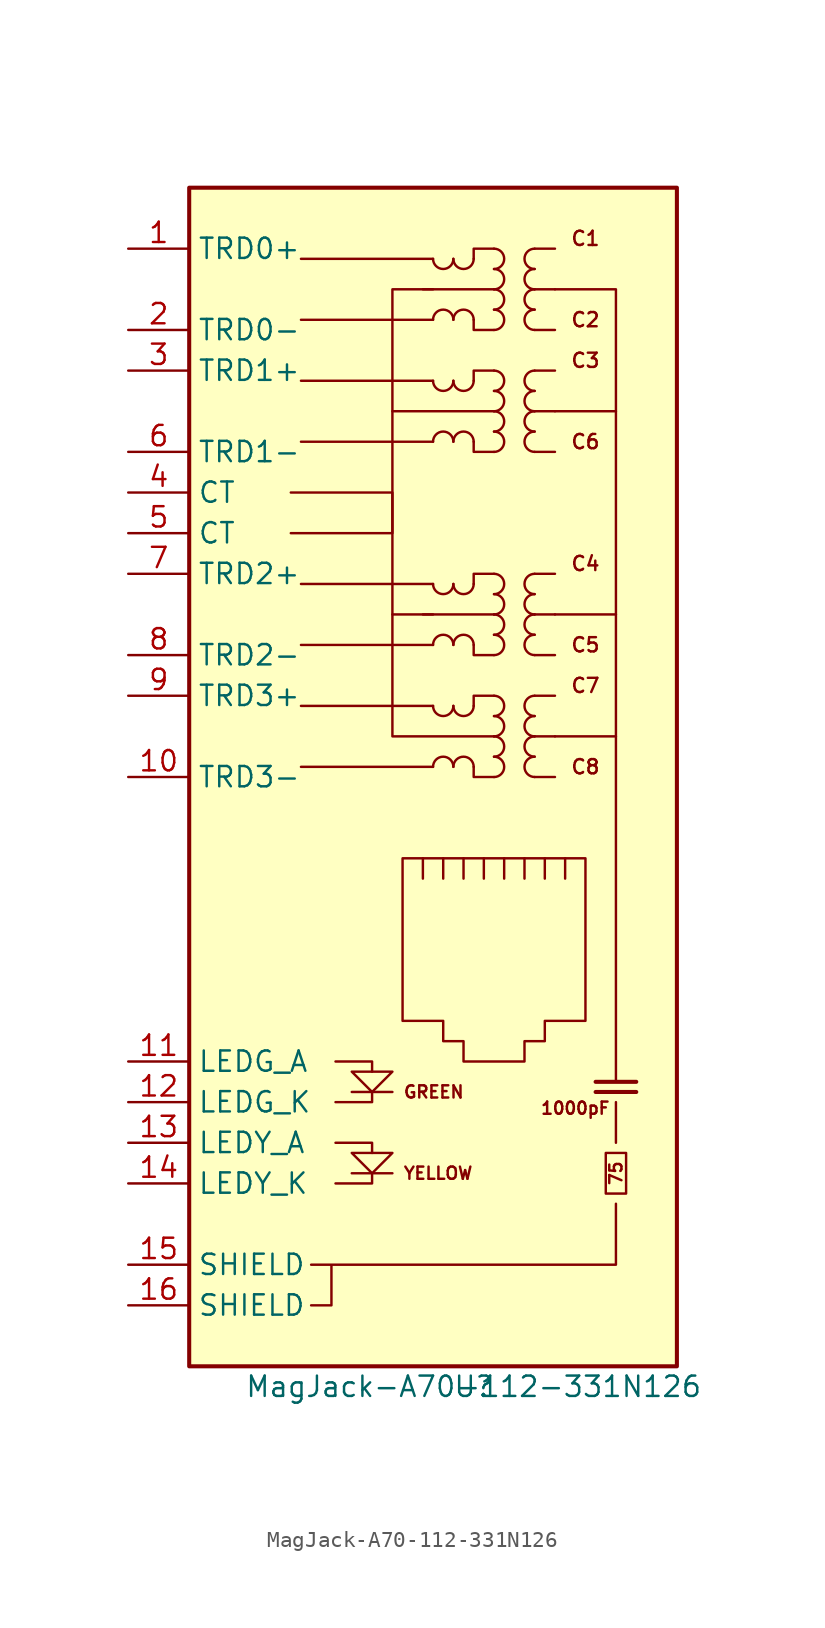
<source format=kicad_sym>
(kicad_symbol_lib
  (version 20220914)
  (generator kicad_symbol_editor)
  (symbol "MagJack-A70-112-331N126"
    (property "Reference" "U"
      (at 0 0 0)
      (effects (font (size 1.27 1.27))))
    (property "Value" "MagJack-A70-112-331N126"
      (at 0 0 0)
      (effects (font (size 1.27 1.27))))
    (symbol "MagJack-A70-112-331N126_0_1"
      (polyline (pts (xy 1.27 40.64) (xy -5.08 40.64) (xy -5.08 48.26) (xy -2.54 48.26) (xy -5.08 48.26)) (stroke (width 0) (type default)) (fill (type none)))
      (polyline (pts (xy 1.27 60.96) (xy -5.08 60.96) (xy -5.08 68.58) (xy -2.54 68.58) (xy -5.08 68.58)) (stroke (width 0) (type default)) (fill (type none))))
    (symbol "MagJack-A70-112-331N126_1_1"
      (rectangle (start -17.78 74.93) (end 12.7 1.27) (stroke (width 0.254) (type default)) (fill (type background)))
      (arc (start -2.54 42.545) (mid -1.905 41.9127) (end -1.27 42.545) (stroke (width 0) (type default)) (fill (type none)))
      (arc (start -2.54 50.165) (mid -1.905 49.5327) (end -1.27 50.165) (stroke (width 0) (type default)) (fill (type none)))
      (arc (start -2.54 62.865) (mid -1.905 62.2327) (end -1.27 62.865) (stroke (width 0) (type default)) (fill (type none)))
      (arc (start -2.54 70.485) (mid -1.905 69.8527) (end -1.27 70.485) (stroke (width 0) (type default)) (fill (type none)))
      (arc (start -1.27 38.735) (mid -1.905 39.3673) (end -2.54 38.735) (stroke (width 0) (type default)) (fill (type none)))
      (arc (start -1.27 42.545) (mid -0.635 41.9127) (end 0 42.545) (stroke (width 0) (type default)) (fill (type none)))
      (arc (start -1.27 46.355) (mid -1.905 46.9873) (end -2.54 46.355) (stroke (width 0) (type default)) (fill (type none)))
      (arc (start -1.27 50.165) (mid -0.635 49.5327) (end 0 50.165) (stroke (width 0) (type default)) (fill (type none)))
      (arc (start -1.27 59.055) (mid -1.905 59.6873) (end -2.54 59.055) (stroke (width 0) (type default)) (fill (type none)))
      (arc (start -1.27 62.865) (mid -0.635 62.2327) (end 0 62.865) (stroke (width 0) (type default)) (fill (type none)))
      (arc (start -1.27 66.675) (mid -1.905 67.3073) (end -2.54 66.675) (stroke (width 0) (type default)) (fill (type none)))
      (arc (start -1.27 70.485) (mid -0.635 69.8527) (end 0 70.485) (stroke (width 0) (type default)) (fill (type none)))
      (polyline (pts (xy -5.08 13.335) (xy -7.62 13.335)) (stroke (width 0) (type default)) (fill (type none)))
      (polyline (pts (xy -5.08 18.415) (xy -7.62 18.415)) (stroke (width 0) (type default)) (fill (type none)))
      (polyline (pts (xy -5.08 48.26) (xy -5.08 60.96)) (stroke (width 0) (type default)) (fill (type none)))
      (polyline (pts (xy -3.175 31.75) (xy -3.175 33.02)) (stroke (width 0) (type default)) (fill (type none)))
      (polyline (pts (xy -3.175 48.26) (xy 1.27 48.26)) (stroke (width 0) (type default)) (fill (type none)))
      (polyline (pts (xy -3.175 68.58) (xy 1.27 68.58)) (stroke (width 0) (type default)) (fill (type none)))
      (polyline (pts (xy -2.54 38.735) (xy -10.795 38.735)) (stroke (width 0) (type default)) (fill (type none)))
      (polyline (pts (xy -2.54 42.545) (xy -10.795 42.545)) (stroke (width 0) (type default)) (fill (type none)))
      (polyline (pts (xy -2.54 46.355) (xy -10.795 46.355)) (stroke (width 0) (type default)) (fill (type none)))
      (polyline (pts (xy -2.54 50.165) (xy -10.795 50.165)) (stroke (width 0) (type default)) (fill (type none)))
      (polyline (pts (xy -2.54 59.055) (xy -10.795 59.055)) (stroke (width 0) (type default)) (fill (type none)))
      (polyline (pts (xy -2.54 62.865) (xy -10.795 62.865)) (stroke (width 0) (type default)) (fill (type none)))
      (polyline (pts (xy -2.54 66.675) (xy -10.795 66.675)) (stroke (width 0) (type default)) (fill (type none)))
      (polyline (pts (xy -2.54 70.485) (xy -10.795 70.485)) (stroke (width 0) (type default)) (fill (type none)))
      (polyline (pts (xy -1.905 33.02) (xy -1.905 31.75)) (stroke (width 0) (type default)) (fill (type none)))
      (polyline (pts (xy -0.635 33.02) (xy -0.635 31.75)) (stroke (width 0) (type default)) (fill (type none)))
      (polyline (pts (xy 0.635 33.02) (xy 0.635 31.75)) (stroke (width 0) (type default)) (fill (type none)))
      (polyline (pts (xy 1.905 33.02) (xy 1.905 31.75)) (stroke (width 0) (type default)) (fill (type none)))
      (polyline (pts (xy 3.175 33.02) (xy 3.175 31.75)) (stroke (width 0) (type default)) (fill (type none)))
      (polyline (pts (xy 3.81 38.1) (xy 5.08 38.1)) (stroke (width 0) (type default)) (fill (type none)))
      (polyline (pts (xy 3.81 40.64) (xy 5.08 40.64)) (stroke (width 0) (type default)) (fill (type none)))
      (polyline (pts (xy 3.81 43.18) (xy 5.08 43.18)) (stroke (width 0) (type default)) (fill (type none)))
      (polyline (pts (xy 3.81 45.72) (xy 5.08 45.72)) (stroke (width 0) (type default)) (fill (type none)))
      (polyline (pts (xy 3.81 48.26) (xy 5.08 48.26)) (stroke (width 0) (type default)) (fill (type none)))
      (polyline (pts (xy 3.81 50.8) (xy 5.08 50.8)) (stroke (width 0) (type default)) (fill (type none)))
      (polyline (pts (xy 3.81 58.42) (xy 5.08 58.42)) (stroke (width 0) (type default)) (fill (type none)))
      (polyline (pts (xy 3.81 60.96) (xy 5.08 60.96)) (stroke (width 0) (type default)) (fill (type none)))
      (polyline (pts (xy 3.81 63.5) (xy 5.08 63.5)) (stroke (width 0) (type default)) (fill (type none)))
      (polyline (pts (xy 3.81 66.04) (xy 5.08 66.04)) (stroke (width 0) (type default)) (fill (type none)))
      (polyline (pts (xy 3.81 68.58) (xy 5.08 68.58)) (stroke (width 0) (type default)) (fill (type none)))
      (polyline (pts (xy 3.81 71.12) (xy 5.08 71.12)) (stroke (width 0) (type default)) (fill (type none)))
      (polyline (pts (xy 4.445 31.75) (xy 4.445 33.02)) (stroke (width 0) (type default)) (fill (type none)))
      (polyline (pts (xy 5.08 40.64) (xy 8.89 40.64)) (stroke (width 0) (type default)) (fill (type none)))
      (polyline (pts (xy 5.08 48.26) (xy 8.89 48.26)) (stroke (width 0) (type default)) (fill (type none)))
      (polyline (pts (xy 5.08 60.96) (xy 8.89 60.96)) (stroke (width 0) (type default)) (fill (type none)))
      (polyline (pts (xy 5.715 31.75) (xy 5.715 33.02)) (stroke (width 0) (type default)) (fill (type none)))
      (polyline (pts (xy 7.62 18.415) (xy 10.16 18.415)) (stroke (width 0.254) (type default)) (fill (type none)))
      (polyline (pts (xy 7.62 19.05) (xy 10.16 19.05)) (stroke (width 0.254) (type default)) (fill (type none)))
      (polyline (pts (xy 8.89 15.24) (xy 8.89 17.78)) (stroke (width 0) (type default)) (fill (type none)))
      (polyline (pts (xy -8.636 12.7) (xy -6.35 12.7) (xy -6.35 13.335)) (stroke (width 0) (type default)) (fill (type none)))
      (polyline (pts (xy -8.636 15.24) (xy -6.35 15.24) (xy -6.35 14.605)) (stroke (width 0) (type default)) (fill (type none)))
      (polyline (pts (xy -8.636 20.32) (xy -6.35 20.32) (xy -6.35 19.685)) (stroke (width 0) (type default)) (fill (type none)))
      (polyline (pts (xy -6.35 18.415) (xy -6.35 17.78) (xy -8.636 17.78)) (stroke (width 0) (type default)) (fill (type none)))
      (polyline (pts (xy 0 38.735) (xy 0 38.1) (xy 1.27 38.1)) (stroke (width 0) (type default)) (fill (type none)))
      (polyline (pts (xy 0 46.355) (xy 0 45.72) (xy 1.27 45.72)) (stroke (width 0) (type default)) (fill (type none)))
      (polyline (pts (xy 0 59.055) (xy 0 58.42) (xy 1.27 58.42)) (stroke (width 0) (type default)) (fill (type none)))
      (polyline (pts (xy 0 66.675) (xy 0 66.04) (xy 1.27 66.04)) (stroke (width 0) (type default)) (fill (type none)))
      (polyline (pts (xy 1.27 43.18) (xy 0 43.18) (xy 0 42.545)) (stroke (width 0) (type default)) (fill (type none)))
      (polyline (pts (xy 1.27 50.8) (xy 0 50.8) (xy 0 50.165)) (stroke (width 0) (type default)) (fill (type none)))
      (polyline (pts (xy 1.27 63.5) (xy 0 63.5) (xy 0 62.865)) (stroke (width 0) (type default)) (fill (type none)))
      (polyline (pts (xy 1.27 71.12) (xy 0 71.12) (xy 0 70.485)) (stroke (width 0) (type default)) (fill (type none)))
      (polyline (pts (xy -11.43 53.34) (xy -5.08 53.34) (xy -5.08 55.88) (xy -11.43 55.88)) (stroke (width 0) (type default)) (fill (type none)))
      (polyline (pts (xy -7.62 19.685) (xy -5.08 19.685) (xy -6.35 18.415) (xy -7.62 19.685)) (stroke (width 0) (type default)) (fill (type none)))
      (polyline (pts (xy -5.08 14.605) (xy -7.62 14.605) (xy -6.35 13.335) (xy -5.08 14.605)) (stroke (width 0) (type default)) (fill (type none)))
      (polyline (pts (xy 8.89 19.05) (xy 8.89 34.29) (xy 8.89 68.58) (xy 5.08 68.58)) (stroke (width 0) (type default)) (fill (type none)))
      (polyline (pts (xy -10.16 5.08) (xy -8.89 5.08) (xy -8.89 7.62) (xy -10.16 7.62) (xy -8.89 7.62) (xy 8.89 7.62) (xy 8.89 11.43)) (stroke (width 0) (type default)) (fill (type none)))
      (polyline (pts (xy -4.445 33.02) (xy 6.985 33.02) (xy 6.985 22.86) (xy 4.445 22.86) (xy 4.445 21.59) (xy 3.175 21.59) (xy 3.175 20.32) (xy -0.635 20.32) (xy -0.635 21.59) (xy -1.905 21.59) (xy -1.905 22.86) (xy -4.445 22.86) (xy -4.445 33.02)) (stroke (width 0) (type default)) (fill (type none)))
      (arc (start 0 38.735) (mid -0.635 39.3673) (end -1.27 38.735) (stroke (width 0) (type default)) (fill (type none)))
      (arc (start 0 46.355) (mid -0.635 46.9873) (end -1.27 46.355) (stroke (width 0) (type default)) (fill (type none)))
      (arc (start 0 59.055) (mid -0.635 59.6873) (end -1.27 59.055) (stroke (width 0) (type default)) (fill (type none)))
      (arc (start 0 66.675) (mid -0.635 67.3073) (end -1.27 66.675) (stroke (width 0) (type default)) (fill (type none)))
      (arc (start 1.27 38.1) (mid 1.9023 38.735) (end 1.27 39.37) (stroke (width 0) (type default)) (fill (type none)))
      (arc (start 1.27 39.37) (mid 1.9023 40.005) (end 1.27 40.64) (stroke (width 0) (type default)) (fill (type none)))
      (arc (start 1.27 40.64) (mid 1.9023 41.275) (end 1.27 41.91) (stroke (width 0) (type default)) (fill (type none)))
      (arc (start 1.27 41.91) (mid 1.9023 42.545) (end 1.27 43.18) (stroke (width 0) (type default)) (fill (type none)))
      (arc (start 1.27 45.72) (mid 1.9023 46.355) (end 1.27 46.99) (stroke (width 0) (type default)) (fill (type none)))
      (arc (start 1.27 46.99) (mid 1.9023 47.625) (end 1.27 48.26) (stroke (width 0) (type default)) (fill (type none)))
      (arc (start 1.27 48.26) (mid 1.9023 48.895) (end 1.27 49.53) (stroke (width 0) (type default)) (fill (type none)))
      (arc (start 1.27 49.53) (mid 1.9023 50.165) (end 1.27 50.8) (stroke (width 0) (type default)) (fill (type none)))
      (arc (start 1.27 58.42) (mid 1.9023 59.055) (end 1.27 59.69) (stroke (width 0) (type default)) (fill (type none)))
      (arc (start 1.27 59.69) (mid 1.9023 60.325) (end 1.27 60.96) (stroke (width 0) (type default)) (fill (type none)))
      (arc (start 1.27 60.96) (mid 1.9023 61.595) (end 1.27 62.23) (stroke (width 0) (type default)) (fill (type none)))
      (arc (start 1.27 62.23) (mid 1.9023 62.865) (end 1.27 63.5) (stroke (width 0) (type default)) (fill (type none)))
      (arc (start 1.27 66.04) (mid 1.9023 66.675) (end 1.27 67.31) (stroke (width 0) (type default)) (fill (type none)))
      (arc (start 1.27 67.31) (mid 1.9023 67.945) (end 1.27 68.58) (stroke (width 0) (type default)) (fill (type none)))
      (arc (start 1.27 68.58) (mid 1.9023 69.215) (end 1.27 69.85) (stroke (width 0) (type default)) (fill (type none)))
      (arc (start 1.27 69.85) (mid 1.9023 70.485) (end 1.27 71.12) (stroke (width 0) (type default)) (fill (type none)))
      (arc (start 3.81 39.37) (mid 3.1777 38.735) (end 3.81 38.1) (stroke (width 0) (type default)) (fill (type none)))
      (arc (start 3.81 40.64) (mid 3.1777 40.005) (end 3.81 39.37) (stroke (width 0) (type default)) (fill (type none)))
      (arc (start 3.81 41.91) (mid 3.1777 41.275) (end 3.81 40.64) (stroke (width 0) (type default)) (fill (type none)))
      (arc (start 3.81 43.18) (mid 3.1777 42.545) (end 3.81 41.91) (stroke (width 0) (type default)) (fill (type none)))
      (arc (start 3.81 46.99) (mid 3.1777 46.355) (end 3.81 45.72) (stroke (width 0) (type default)) (fill (type none)))
      (arc (start 3.81 48.26) (mid 3.1777 47.625) (end 3.81 46.99) (stroke (width 0) (type default)) (fill (type none)))
      (arc (start 3.81 49.53) (mid 3.1777 48.895) (end 3.81 48.26) (stroke (width 0) (type default)) (fill (type none)))
      (arc (start 3.81 50.8) (mid 3.1777 50.165) (end 3.81 49.53) (stroke (width 0) (type default)) (fill (type none)))
      (arc (start 3.81 59.69) (mid 3.1777 59.055) (end 3.81 58.42) (stroke (width 0) (type default)) (fill (type none)))
      (arc (start 3.81 60.96) (mid 3.1777 60.325) (end 3.81 59.69) (stroke (width 0) (type default)) (fill (type none)))
      (arc (start 3.81 62.23) (mid 3.1777 61.595) (end 3.81 60.96) (stroke (width 0) (type default)) (fill (type none)))
      (arc (start 3.81 63.5) (mid 3.1777 62.865) (end 3.81 62.23) (stroke (width 0) (type default)) (fill (type none)))
      (arc (start 3.81 67.31) (mid 3.1777 66.675) (end 3.81 66.04) (stroke (width 0) (type default)) (fill (type none)))
      (arc (start 3.81 68.58) (mid 3.1777 67.945) (end 3.81 67.31) (stroke (width 0) (type default)) (fill (type none)))
      (arc (start 3.81 69.85) (mid 3.1777 69.215) (end 3.81 68.58) (stroke (width 0) (type default)) (fill (type none)))
      (arc (start 3.81 71.12) (mid 3.1777 70.485) (end 3.81 69.85) (stroke (width 0) (type default)) (fill (type none)))
      (rectangle (start 9.525 12.065) (end 8.255 14.605) (stroke (width 0) (type default)) (fill (type none)))
      (text "1000pF" (at 6.35 17.399 0) (effects (font (size 0.762 0.762))))
      (text "75" (at 8.89 13.335 900) (effects (font (size 0.762 0.762))))
      (text "C1" (at 6.985 71.755 0) (effects (font (size 0.889 0.889))))
      (text "C2" (at 6.985 66.675 0) (effects (font (size 0.889 0.889))))
      (text "C3" (at 6.985 64.135 0) (effects (font (size 0.889 0.889))))
      (text "C4" (at 6.985 51.435 0) (effects (font (size 0.889 0.889))))
      (text "C5" (at 6.985 46.355 0) (effects (font (size 0.889 0.889))))
      (text "C6" (at 6.985 59.055 0) (effects (font (size 0.889 0.889))))
      (text "C7" (at 6.985 43.815 0) (effects (font (size 0.889 0.889))))
      (text "C8" (at 6.985 38.735 0) (effects (font (size 0.889 0.889))))
      (text "GREEN" (at -4.445 18.415 0) (effects (font (size 0.762 0.762)) (justify left)))
      (text "YELLOW" (at -4.445 13.335 0) (effects (font (size 0.762 0.762)) (justify left)))
      (pin passive line (at -21.59 71.12 0) (length 3.81) (name "TRD0+" (effects (font (size 1.27 1.27)))) (number "1" (effects (font (size 1.27 1.27)))))
      (pin passive line (at -21.59 38.1 0) (length 3.81) (name "TRD3-" (effects (font (size 1.27 1.27)))) (number "10" (effects (font (size 1.27 1.27)))))
      (pin passive line (at -21.59 20.32 0) (length 3.81) (name "LEDG_A" (effects (font (size 1.27 1.27)))) (number "11" (effects (font (size 1.27 1.27)))))
      (pin passive line (at -21.59 17.78 0) (length 3.81) (name "LEDG_K" (effects (font (size 1.27 1.27)))) (number "12" (effects (font (size 1.27 1.27)))))
      (pin passive line (at -21.59 15.24 0) (length 3.81) (name "LEDY_A" (effects (font (size 1.27 1.27)))) (number "13" (effects (font (size 1.27 1.27)))))
      (pin passive line (at -21.59 12.7 0) (length 3.81) (name "LEDY_K" (effects (font (size 1.27 1.27)))) (number "14" (effects (font (size 1.27 1.27)))))
      (pin passive line (at -21.59 7.62 0) (length 3.81) (name "SHIELD" (effects (font (size 1.27 1.27)))) (number "15" (effects (font (size 1.27 1.27)))))
      (pin passive line (at -21.59 5.08 0) (length 3.81) (name "SHIELD" (effects (font (size 1.27 1.27)))) (number "16" (effects (font (size 1.27 1.27)))))
      (pin passive line (at -21.59 66.04 0) (length 3.81) (name "TRD0-" (effects (font (size 1.27 1.27)))) (number "2" (effects (font (size 1.27 1.27)))))
      (pin passive line (at -21.59 63.5 0) (length 3.81) (name "TRD1+" (effects (font (size 1.27 1.27)))) (number "3" (effects (font (size 1.27 1.27)))))
      (pin passive line (at -21.59 55.88 0) (length 3.81) (name "CT" (effects (font (size 1.27 1.27)))) (number "4" (effects (font (size 1.27 1.27)))))
      (pin passive line (at -21.59 53.34 0) (length 3.81) (name "CT" (effects (font (size 1.27 1.27)))) (number "5" (effects (font (size 1.27 1.27)))))
      (pin passive line (at -21.59 58.42 0) (length 3.81) (name "TRD1-" (effects (font (size 1.27 1.27)))) (number "6" (effects (font (size 1.27 1.27)))))
      (pin passive line (at -21.59 50.8 0) (length 3.81) (name "TRD2+" (effects (font (size 1.27 1.27)))) (number "7" (effects (font (size 1.27 1.27)))))
      (pin passive line (at -21.59 45.72 0) (length 3.81) (name "TRD2-" (effects (font (size 1.27 1.27)))) (number "8" (effects (font (size 1.27 1.27)))))
      (pin passive line (at -21.59 43.18 0) (length 3.81) (name "TRD3+" (effects (font (size 1.27 1.27)))) (number "9" (effects (font (size 1.27 1.27))))))))
</source>
